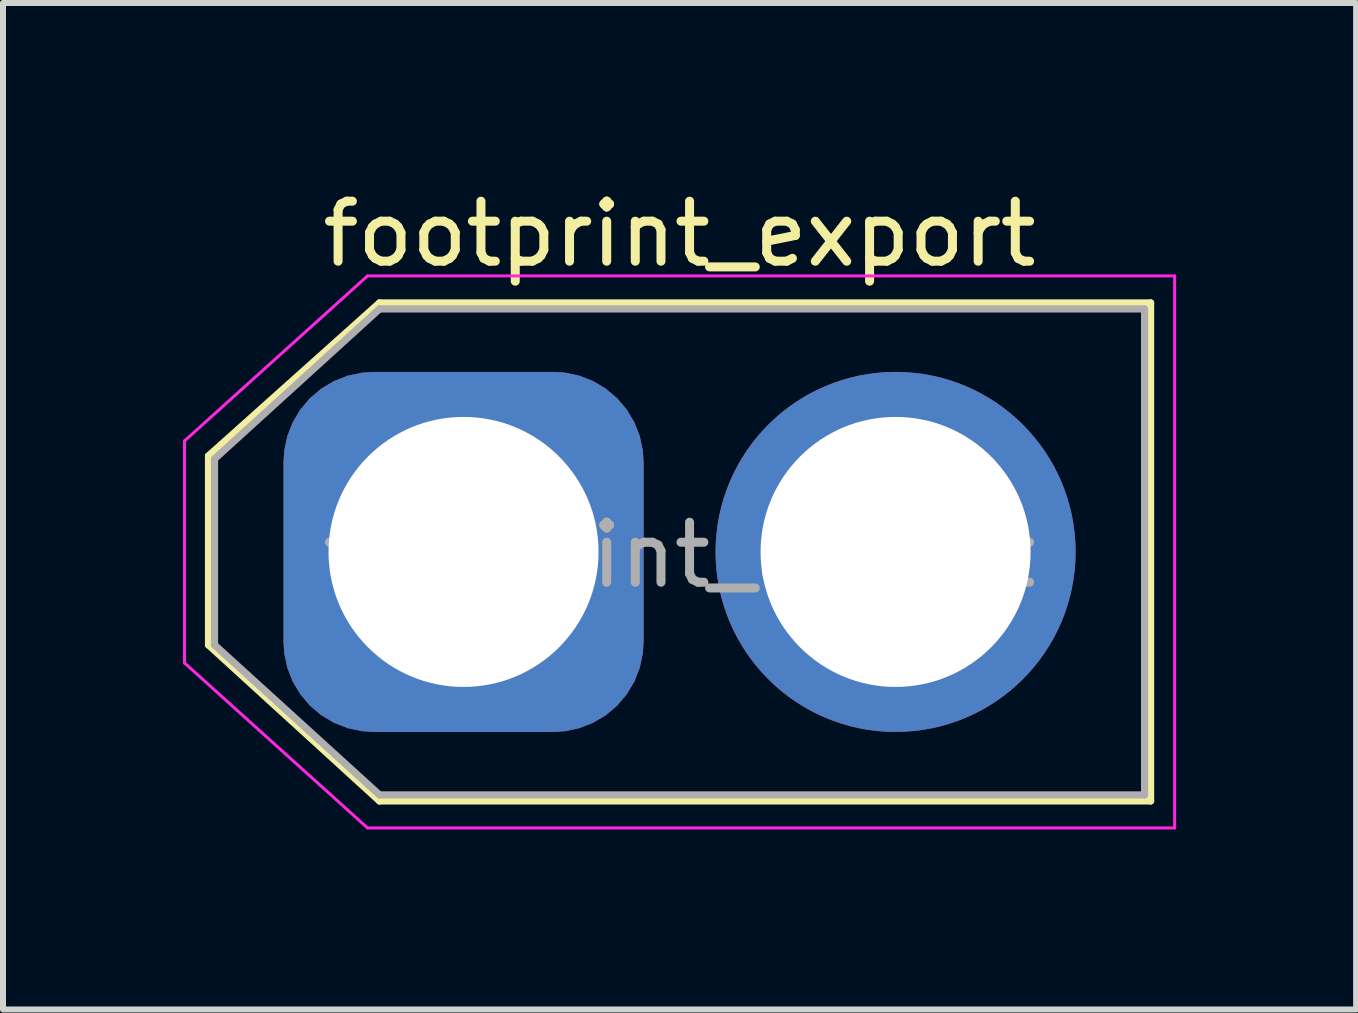
<source format=kicad_pcb>
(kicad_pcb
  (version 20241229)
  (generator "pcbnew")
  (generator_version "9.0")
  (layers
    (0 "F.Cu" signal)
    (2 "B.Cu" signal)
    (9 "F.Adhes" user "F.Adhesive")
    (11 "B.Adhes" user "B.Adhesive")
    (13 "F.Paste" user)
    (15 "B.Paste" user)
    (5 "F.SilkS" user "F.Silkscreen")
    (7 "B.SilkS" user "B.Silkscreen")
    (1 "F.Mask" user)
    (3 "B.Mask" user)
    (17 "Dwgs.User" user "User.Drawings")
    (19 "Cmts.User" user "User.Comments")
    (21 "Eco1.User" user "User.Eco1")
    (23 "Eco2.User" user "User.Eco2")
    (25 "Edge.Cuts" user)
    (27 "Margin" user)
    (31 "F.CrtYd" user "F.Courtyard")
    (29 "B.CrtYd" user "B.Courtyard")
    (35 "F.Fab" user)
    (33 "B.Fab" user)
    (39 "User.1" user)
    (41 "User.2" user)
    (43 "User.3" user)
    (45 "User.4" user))
  (footprint "footprint_export"
    (layer "F.Cu")
    (at 4.675 6.148)
    (property "Reference" "footprint_export" (at 3.6 -5.3 180) (layer "F.SilkS") (effects (font (size 1 1) (thickness 0.15))))
    (attr through_hole)
    (fp_line (start -4.25 -1.6) (end -4.25 1.55) (stroke (width 0.12) (type solid)) (layer "F.SilkS"))
    (fp_line (start -4.25 1.55) (end -1.4 4.15) (stroke (width 0.12) (type solid)) (layer "F.SilkS"))
    (fp_line (start -1.4 -4.15) (end -4.25 -1.6) (stroke (width 0.12) (type solid)) (layer "F.SilkS"))
    (fp_line (start -1.4 4.15) (end 11.45 4.15) (stroke (width 0.12) (type solid)) (layer "F.SilkS"))
    (fp_line (start 11.45 -4.15) (end -1.4 -4.15) (stroke (width 0.12) (type solid)) (layer "F.SilkS"))
    (fp_line (start 11.45 4.15) (end 11.45 -4.15) (stroke (width 0.12) (type solid)) (layer "F.SilkS"))
    (fp_line (start -4.65 -1.85) (end -1.6 -4.6) (stroke (width 0.05) (type solid)) (layer "F.CrtYd"))
    (fp_line (start -4.65 1.85) (end -4.65 -1.85) (stroke (width 0.05) (type solid)) (layer "F.CrtYd"))
    (fp_line (start -1.6 -4.6) (end 11.85 -4.6) (stroke (width 0.05) (type solid)) (layer "F.CrtYd"))
    (fp_line (start -1.6 4.6) (end -4.65 1.85) (stroke (width 0.05) (type solid)) (layer "F.CrtYd"))
    (fp_line (start 11.85 -4.6) (end 11.85 4.6) (stroke (width 0.05) (type solid)) (layer "F.CrtYd"))
    (fp_line (start 11.85 4.6) (end -1.6 4.6) (stroke (width 0.05) (type solid)) (layer "F.CrtYd"))
    (fp_line (start -4.15 -1.55) (end -4.15 1.55) (stroke (width 0.12) (type solid)) (layer "F.Fab"))
    (fp_line (start -4.15 1.55) (end -1.4 4.05) (stroke (width 0.12) (type solid)) (layer "F.Fab"))
    (fp_line (start -1.4 -4.05) (end -4.15 -1.55) (stroke (width 0.12) (type solid)) (layer "F.Fab"))
    (fp_line (start -1.4 4.05) (end 11.35 4.05) (stroke (width 0.12) (type solid)) (layer "F.Fab"))
    (fp_line (start 11.35 -4.05) (end -1.4 -4.05) (stroke (width 0.12) (type solid)) (layer "F.Fab"))
    (fp_line (start 11.35 4.05) (end 11.35 -4.05) (stroke (width 0.12) (type solid)) (layer "F.Fab"))
    (fp_text user "${REFERENCE}" (at 3.6 0.05 0) (layer "F.Fab") (effects (font (size 1 1) (thickness 0.15))))
    (pad "1" thru_hole roundrect (at 0 0) (size 6 6) (drill 4.5) (layers "*.Cu" "*.Mask") (roundrect_rratio 0.25))
    (pad "2" thru_hole circle (at 7.2 0) (size 6 6) (drill 4.5) (layers "*.Cu" "*.Mask")))
  (gr_rect
    (start -3 -3)
    (end 19.55 13.773)
    (stroke (width 0.1) (type default))
    (fill no)
    (layer "Edge.Cuts")))
</source>
